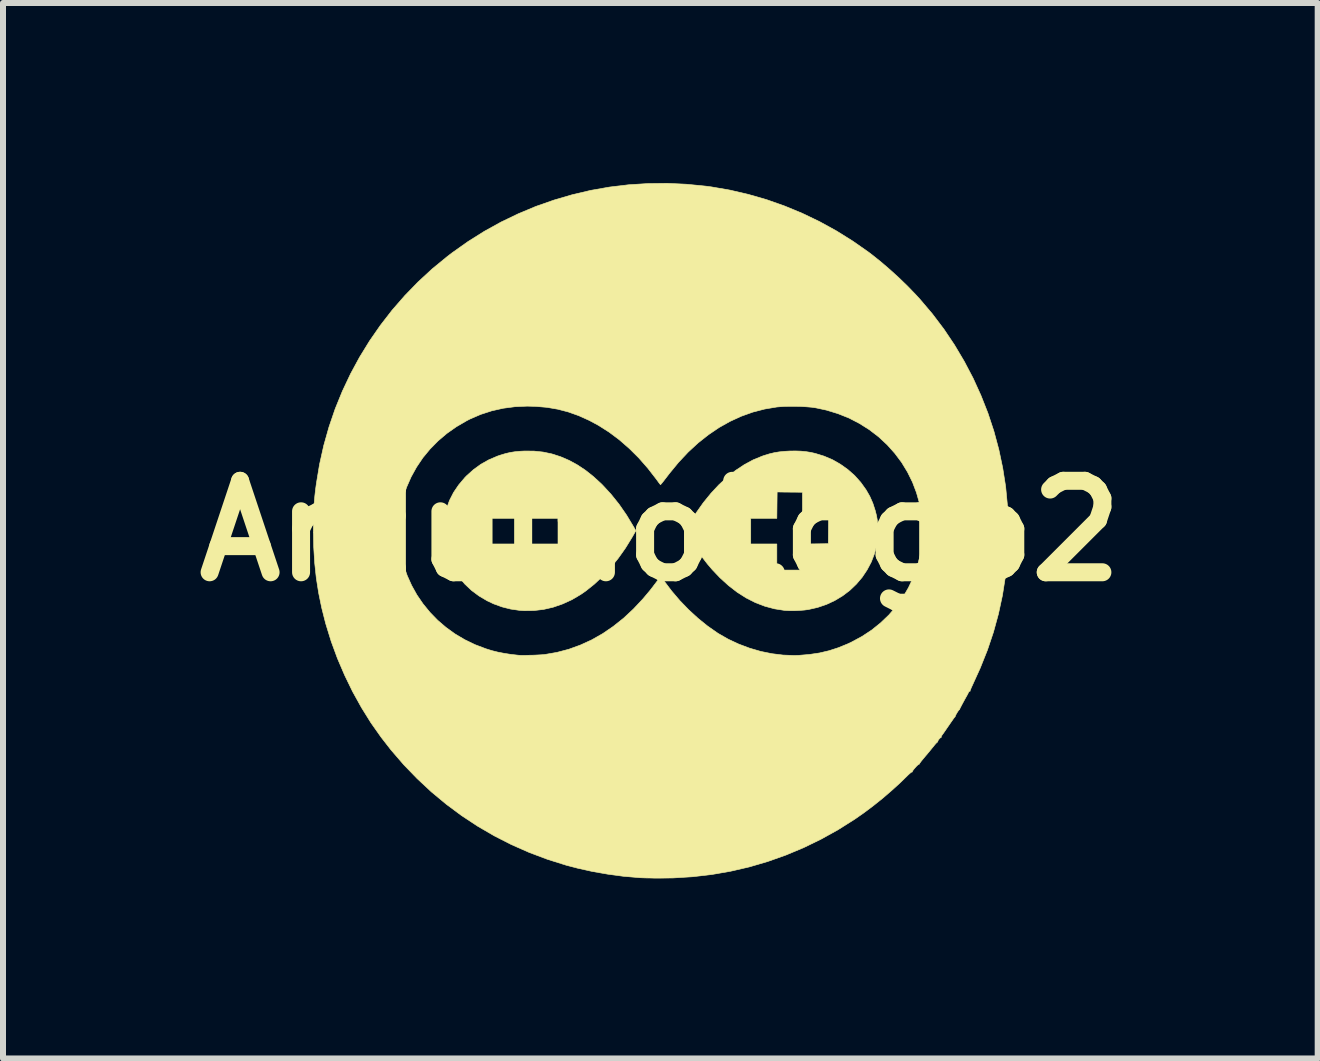
<source format=kicad_pcb>
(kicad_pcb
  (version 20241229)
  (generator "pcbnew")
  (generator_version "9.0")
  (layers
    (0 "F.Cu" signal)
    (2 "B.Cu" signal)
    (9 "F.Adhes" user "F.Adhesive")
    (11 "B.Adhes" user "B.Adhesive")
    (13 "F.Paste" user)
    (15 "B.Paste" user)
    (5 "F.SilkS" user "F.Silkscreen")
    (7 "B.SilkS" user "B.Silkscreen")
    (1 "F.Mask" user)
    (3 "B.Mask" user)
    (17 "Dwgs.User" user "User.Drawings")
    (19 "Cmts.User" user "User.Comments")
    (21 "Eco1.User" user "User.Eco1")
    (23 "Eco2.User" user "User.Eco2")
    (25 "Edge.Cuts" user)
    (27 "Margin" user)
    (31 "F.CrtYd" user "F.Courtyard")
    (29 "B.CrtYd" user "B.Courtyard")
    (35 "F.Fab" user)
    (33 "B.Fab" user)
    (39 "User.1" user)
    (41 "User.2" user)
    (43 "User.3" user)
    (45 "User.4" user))
  (footprint "ArduinoLogo2"
    (layer "F.Cu")
    (at 7.954 5.797)
    (property "Reference" "ArduinoLogo2" (at 0 0 0) (layer "F.SilkS") (effects (font (size 1.524 1.524) (thickness 0.3))))
    (attr through_hole)
    (fp_poly (pts (xy -2.106 -1.33) (xy -1.954 -1.314) (xy -1.807 -1.283) (xy -1.662 -1.236) (xy -1.518 -1.174) (xy -1.381 -1.099) (xy -1.247 -1.01) (xy -1.116 -0.906) (xy -0.984 -0.785) (xy -0.962 -0.763) (xy -0.821 -0.61) (xy -0.688 -0.444) (xy -0.562 -0.262) (xy -0.443 -0.064) (xy -0.437 -0.054) (xy -0.408 -0.003) (xy -0.473 0.11) (xy -0.582 0.287) (xy -0.701 0.455) (xy -0.827 0.612) (xy -0.96 0.755) (xy -1.098 0.885) (xy -1.239 0.998) (xy -1.325 1.058) (xy -1.474 1.146) (xy -1.627 1.216) (xy -1.785 1.271) (xy -1.945 1.308) (xy -2.106 1.327) (xy -2.268 1.329) (xy -2.347 1.324) (xy -2.497 1.302) (xy -2.639 1.266) (xy -2.779 1.215) (xy -2.885 1.165) (xy -3.022 1.084) (xy -3.147 0.991) (xy -3.259 0.885) (xy -3.357 0.768) (xy -3.442 0.639) (xy -3.473 0.581) (xy -3.536 0.439) (xy -3.582 0.297) (xy -3.609 0.153) (xy -3.618 0.007) (xy -3.616 -0.068) (xy -3.6 -0.209) (xy -2.803 -0.209) (xy -2.803 0.218) (xy -1.506 0.218) (xy -1.506 -0.209) (xy -2.803 -0.209) (xy -3.6 -0.209) (xy -3.598 -0.222) (xy -3.564 -0.369) (xy -3.513 -0.509) (xy -3.445 -0.642) (xy -3.36 -0.767) (xy -3.259 -0.887) (xy -3.23 -0.917) (xy -3.113 -1.022) (xy -2.99 -1.111) (xy -2.858 -1.185) (xy -2.715 -1.246) (xy -2.662 -1.264) (xy -2.579 -1.289) (xy -2.501 -1.307) (xy -2.425 -1.319) (xy -2.341 -1.327) (xy -2.267 -1.331) (xy -2.106 -1.33)) (stroke (width 0.01) (type solid)) (fill yes) (layer "F.SilkS"))
    (fp_poly (pts (xy 2.343 -1.329) (xy 2.425 -1.321) (xy 2.507 -1.308) (xy 2.578 -1.292) (xy 2.725 -1.247) (xy 2.867 -1.187) (xy 3 -1.111) (xy 3.125 -1.022) (xy 3.239 -0.921) (xy 3.34 -0.808) (xy 3.428 -0.685) (xy 3.491 -0.575) (xy 3.541 -0.461) (xy 3.581 -0.338) (xy 3.603 -0.251) (xy 3.614 -0.186) (xy 3.621 -0.108) (xy 3.624 -0.024) (xy 3.623 0.061) (xy 3.619 0.141) (xy 3.611 0.211) (xy 3.607 0.229) (xy 3.569 0.377) (xy 3.515 0.518) (xy 3.445 0.65) (xy 3.362 0.774) (xy 3.265 0.888) (xy 3.157 0.991) (xy 3.037 1.082) (xy 2.907 1.16) (xy 2.768 1.225) (xy 2.621 1.275) (xy 2.467 1.31) (xy 2.4 1.319) (xy 2.322 1.325) (xy 2.24 1.329) (xy 2.161 1.329) (xy 2.09 1.326) (xy 2.066 1.324) (xy 1.901 1.298) (xy 1.741 1.255) (xy 1.584 1.195) (xy 1.432 1.118) (xy 1.282 1.023) (xy 1.136 0.91) (xy 0.993 0.78) (xy 0.864 0.644) (xy 0.784 0.55) (xy 0.703 0.445) (xy 0.622 0.332) (xy 0.546 0.217) (xy 0.479 0.106) (xy 0.455 0.063) (xy 0.418 -0.005) (xy 0.484 -0.118) (xy 0.54 -0.209) (xy 1.506 -0.209) (xy 1.506 0.218) (xy 1.941 0.218) (xy 1.941 0.653) (xy 2.368 0.653) (xy 2.368 0.218) (xy 2.583 0.216) (xy 2.799 0.213) (xy 2.801 0.002) (xy 2.803 -0.209) (xy 2.368 -0.209) (xy 2.368 -0.644) (xy 2.227 -0.646) (xy 2.171 -0.646) (xy 2.115 -0.647) (xy 2.065 -0.647) (xy 2.025 -0.648) (xy 2.016 -0.648) (xy 1.946 -0.649) (xy 1.941 -0.209) (xy 1.506 -0.209) (xy 0.54 -0.209) (xy 0.596 -0.3) (xy 0.716 -0.47) (xy 0.843 -0.626) (xy 0.975 -0.768) (xy 1.113 -0.896) (xy 1.254 -1.008) (xy 1.399 -1.104) (xy 1.547 -1.184) (xy 1.698 -1.246) (xy 1.724 -1.255) (xy 1.814 -1.283) (xy 1.897 -1.303) (xy 1.981 -1.317) (xy 2.071 -1.326) (xy 2.155 -1.331) (xy 2.255 -1.332) (xy 2.343 -1.329)) (stroke (width 0.01) (type solid)) (fill yes) (layer "F.SilkS"))
    (fp_poly (pts (xy 0.434 -5.777) (xy 0.758 -5.745) (xy 0.848 -5.733) (xy 1.16 -5.679) (xy 1.469 -5.607) (xy 1.774 -5.519) (xy 2.074 -5.413) (xy 2.368 -5.291) (xy 2.655 -5.153) (xy 2.935 -4.999) (xy 3.207 -4.829) (xy 3.47 -4.645) (xy 3.528 -4.601) (xy 3.673 -4.485) (xy 3.822 -4.357) (xy 3.972 -4.221) (xy 4.117 -4.081) (xy 4.253 -3.94) (xy 4.328 -3.858) (xy 4.534 -3.615) (xy 4.726 -3.361) (xy 4.903 -3.097) (xy 5.065 -2.824) (xy 5.212 -2.544) (xy 5.343 -2.256) (xy 5.459 -1.962) (xy 5.558 -1.662) (xy 5.64 -1.357) (xy 5.705 -1.049) (xy 5.754 -0.737) (xy 5.784 -0.422) (xy 5.795 -0.2) (xy 5.797 0.129) (xy 5.781 0.451) (xy 5.749 0.767) (xy 5.7 1.077) (xy 5.634 1.383) (xy 5.551 1.686) (xy 5.45 1.986) (xy 5.331 2.284) (xy 5.222 2.524) (xy 5.201 2.57) (xy 5.182 2.611) (xy 5.169 2.644) (xy 5.161 2.665) (xy 5.16 2.672) (xy 5.16 2.675) (xy 5.155 2.672) (xy 5.145 2.671) (xy 5.144 2.674) (xy 5.139 2.684) (xy 5.128 2.707) (xy 5.11 2.741) (xy 5.087 2.782) (xy 5.065 2.822) (xy 5.04 2.868) (xy 5.018 2.909) (xy 5.001 2.942) (xy 4.99 2.964) (xy 4.987 2.973) (xy 4.984 2.981) (xy 4.982 2.98) (xy 4.975 2.985) (xy 4.963 3.001) (xy 4.948 3.024) (xy 4.933 3.049) (xy 4.921 3.072) (xy 4.914 3.088) (xy 4.914 3.091) (xy 4.911 3.099) (xy 4.91 3.099) (xy 4.904 3.104) (xy 4.889 3.123) (xy 4.869 3.152) (xy 4.843 3.189) (xy 4.821 3.221) (xy 4.79 3.266) (xy 4.76 3.31) (xy 4.733 3.349) (xy 4.713 3.378) (xy 4.704 3.389) (xy 4.688 3.413) (xy 4.679 3.433) (xy 4.678 3.441) (xy 4.679 3.447) (xy 4.677 3.445) (xy 4.667 3.447) (xy 4.653 3.46) (xy 4.638 3.478) (xy 4.626 3.497) (xy 4.622 3.51) (xy 4.623 3.512) (xy 4.622 3.518) (xy 4.619 3.518) (xy 4.611 3.523) (xy 4.594 3.54) (xy 4.571 3.566) (xy 4.554 3.588) (xy 4.526 3.622) (xy 4.491 3.665) (xy 4.452 3.712) (xy 4.413 3.758) (xy 4.405 3.768) (xy 4.374 3.805) (xy 4.347 3.838) (xy 4.328 3.864) (xy 4.317 3.88) (xy 4.316 3.884) (xy 4.313 3.889) (xy 4.31 3.888) (xy 4.301 3.892) (xy 4.284 3.906) (xy 4.262 3.928) (xy 4.24 3.953) (xy 4.219 3.978) (xy 4.204 3.999) (xy 4.198 4.012) (xy 4.198 4.014) (xy 4.198 4.018) (xy 4.195 4.016) (xy 4.185 4.02) (xy 4.166 4.034) (xy 4.14 4.057) (xy 4.122 4.074) (xy 3.993 4.2) (xy 3.851 4.329) (xy 3.701 4.458) (xy 3.546 4.582) (xy 3.39 4.699) (xy 3.238 4.805) (xy 3.238 4.805) (xy 2.961 4.98) (xy 2.678 5.137) (xy 2.388 5.278) (xy 2.092 5.402) (xy 1.79 5.509) (xy 1.483 5.599) (xy 1.172 5.671) (xy 0.856 5.726) (xy 0.536 5.763) (xy 0.212 5.783) (xy -0.017 5.786) (xy -0.088 5.786) (xy -0.161 5.784) (xy -0.23 5.783) (xy -0.291 5.781) (xy -0.342 5.779) (xy -0.363 5.777) (xy -0.618 5.755) (xy -0.877 5.72) (xy -1.134 5.675) (xy -1.385 5.619) (xy -1.572 5.57) (xy -1.883 5.472) (xy -2.186 5.358) (xy -2.481 5.228) (xy -2.767 5.082) (xy -3.044 4.921) (xy -3.311 4.745) (xy -3.568 4.554) (xy -3.815 4.349) (xy -4.051 4.129) (xy -4.276 3.896) (xy -4.489 3.649) (xy -4.653 3.438) (xy -4.823 3.197) (xy -4.981 2.943) (xy -5.128 2.678) (xy -5.261 2.404) (xy -5.381 2.124) (xy -5.485 1.841) (xy -5.573 1.556) (xy -5.579 1.535) (xy -5.643 1.282) (xy -5.694 1.034) (xy -5.733 0.786) (xy -5.76 0.534) (xy -5.776 0.275) (xy -5.781 0.031) (xy -4.361 0.031) (xy -4.35 0.215) (xy -4.322 0.396) (xy -4.278 0.572) (xy -4.219 0.743) (xy -4.145 0.908) (xy -4.057 1.066) (xy -3.955 1.215) (xy -3.84 1.356) (xy -3.712 1.488) (xy -3.572 1.608) (xy -3.421 1.717) (xy -3.259 1.813) (xy -3.087 1.896) (xy -2.907 1.964) (xy -2.808 1.995) (xy -2.708 2.02) (xy -2.604 2.04) (xy -2.49 2.058) (xy -2.364 2.072) (xy -2.363 2.072) (xy -2.334 2.074) (xy -2.29 2.074) (xy -2.236 2.074) (xy -2.176 2.072) (xy -2.113 2.071) (xy -2.052 2.068) (xy -1.997 2.065) (xy -1.951 2.062) (xy -1.923 2.059) (xy -1.722 2.024) (xy -1.525 1.972) (xy -1.332 1.902) (xy -1.144 1.816) (xy -0.961 1.712) (xy -0.784 1.591) (xy -0.612 1.454) (xy -0.447 1.3) (xy -0.288 1.13) (xy -0.173 0.993) (xy -0.138 0.948) (xy -0.103 0.902) (xy -0.071 0.86) (xy -0.045 0.826) (xy -0.04 0.819) (xy 0.005 0.754) (xy 0.061 0.833) (xy 0.188 1.001) (xy 0.326 1.163) (xy 0.473 1.315) (xy 0.627 1.456) (xy 0.785 1.584) (xy 0.945 1.696) (xy 0.966 1.71) (xy 1.132 1.805) (xy 1.306 1.886) (xy 1.487 1.954) (xy 1.672 2.008) (xy 1.859 2.046) (xy 2.046 2.069) (xy 2.23 2.076) (xy 2.304 2.074) (xy 2.483 2.059) (xy 2.652 2.034) (xy 2.813 1.996) (xy 2.97 1.945) (xy 3.128 1.88) (xy 3.189 1.851) (xy 3.361 1.758) (xy 3.522 1.652) (xy 3.671 1.532) (xy 3.807 1.402) (xy 3.93 1.26) (xy 4.04 1.108) (xy 4.134 0.947) (xy 4.214 0.778) (xy 4.279 0.601) (xy 4.326 0.417) (xy 4.349 0.289) (xy 4.368 0.1) (xy 4.369 -0.088) (xy 4.352 -0.275) (xy 4.319 -0.458) (xy 4.268 -0.638) (xy 4.202 -0.812) (xy 4.119 -0.98) (xy 4.021 -1.141) (xy 3.907 -1.293) (xy 3.781 -1.434) (xy 3.637 -1.568) (xy 3.482 -1.687) (xy 3.317 -1.791) (xy 3.143 -1.881) (xy 2.96 -1.954) (xy 2.767 -2.013) (xy 2.59 -2.051) (xy 2.52 -2.061) (xy 2.436 -2.068) (xy 2.344 -2.074) (xy 2.247 -2.076) (xy 2.15 -2.076) (xy 2.059 -2.074) (xy 1.977 -2.068) (xy 1.941 -2.065) (xy 1.739 -2.031) (xy 1.542 -1.98) (xy 1.349 -1.911) (xy 1.161 -1.825) (xy 0.979 -1.723) (xy 0.802 -1.603) (xy 0.63 -1.467) (xy 0.464 -1.314) (xy 0.305 -1.145) (xy 0.152 -0.959) (xy 0.116 -0.912) (xy 0.082 -0.868) (xy 0.053 -0.83) (xy 0.028 -0.799) (xy 0.011 -0.779) (xy 0.002 -0.771) (xy 0.001 -0.771) (xy -0.006 -0.78) (xy -0.022 -0.8) (xy -0.043 -0.829) (xy -0.067 -0.862) (xy -0.209 -1.045) (xy -0.359 -1.216) (xy -0.518 -1.374) (xy -0.683 -1.518) (xy -0.854 -1.646) (xy -1.03 -1.758) (xy -1.184 -1.841) (xy -1.359 -1.92) (xy -1.533 -1.982) (xy -1.709 -2.028) (xy -1.889 -2.059) (xy -2.076 -2.075) (xy -2.218 -2.079) (xy -2.421 -2.07) (xy -2.619 -2.044) (xy -2.81 -2.001) (xy -2.995 -1.941) (xy -3.173 -1.864) (xy -3.229 -1.835) (xy -3.399 -1.736) (xy -3.558 -1.624) (xy -3.704 -1.5) (xy -3.837 -1.365) (xy -3.957 -1.22) (xy -4.062 -1.064) (xy -4.153 -0.9) (xy -4.228 -0.729) (xy -4.287 -0.55) (xy -4.329 -0.364) (xy -4.332 -0.345) (xy -4.356 -0.156) (xy -4.361 0.031) (xy -5.781 0.031) (xy -5.782 0.006) (xy -5.782 -0.009) (xy -5.781 -0.142) (xy -5.778 -0.261) (xy -5.774 -0.371) (xy -5.767 -0.476) (xy -5.758 -0.579) (xy -5.746 -0.686) (xy -5.732 -0.789) (xy -5.679 -1.109) (xy -5.609 -1.423) (xy -5.522 -1.731) (xy -5.419 -2.033) (xy -5.299 -2.328) (xy -5.163 -2.616) (xy -5.012 -2.895) (xy -4.846 -3.165) (xy -4.665 -3.426) (xy -4.47 -3.678) (xy -4.261 -3.918) (xy -4.038 -4.148) (xy -3.802 -4.366) (xy -3.552 -4.571) (xy -3.47 -4.634) (xy -3.206 -4.821) (xy -2.934 -4.992) (xy -2.654 -5.147) (xy -2.367 -5.285) (xy -2.073 -5.408) (xy -1.773 -5.513) (xy -1.469 -5.602) (xy -1.159 -5.675) (xy -0.846 -5.73) (xy -0.529 -5.768) (xy -0.21 -5.788) (xy 0.112 -5.792) (xy 0.434 -5.777)) (stroke (width 0.01) (type solid)) (fill yes) (layer "F.SilkS")))
  (gr_rect
    (start -3 -3)
    (end 18.908 14.588)
    (stroke (width 0.1) (type default))
    (fill no)
    (layer "Edge.Cuts")))
</source>
